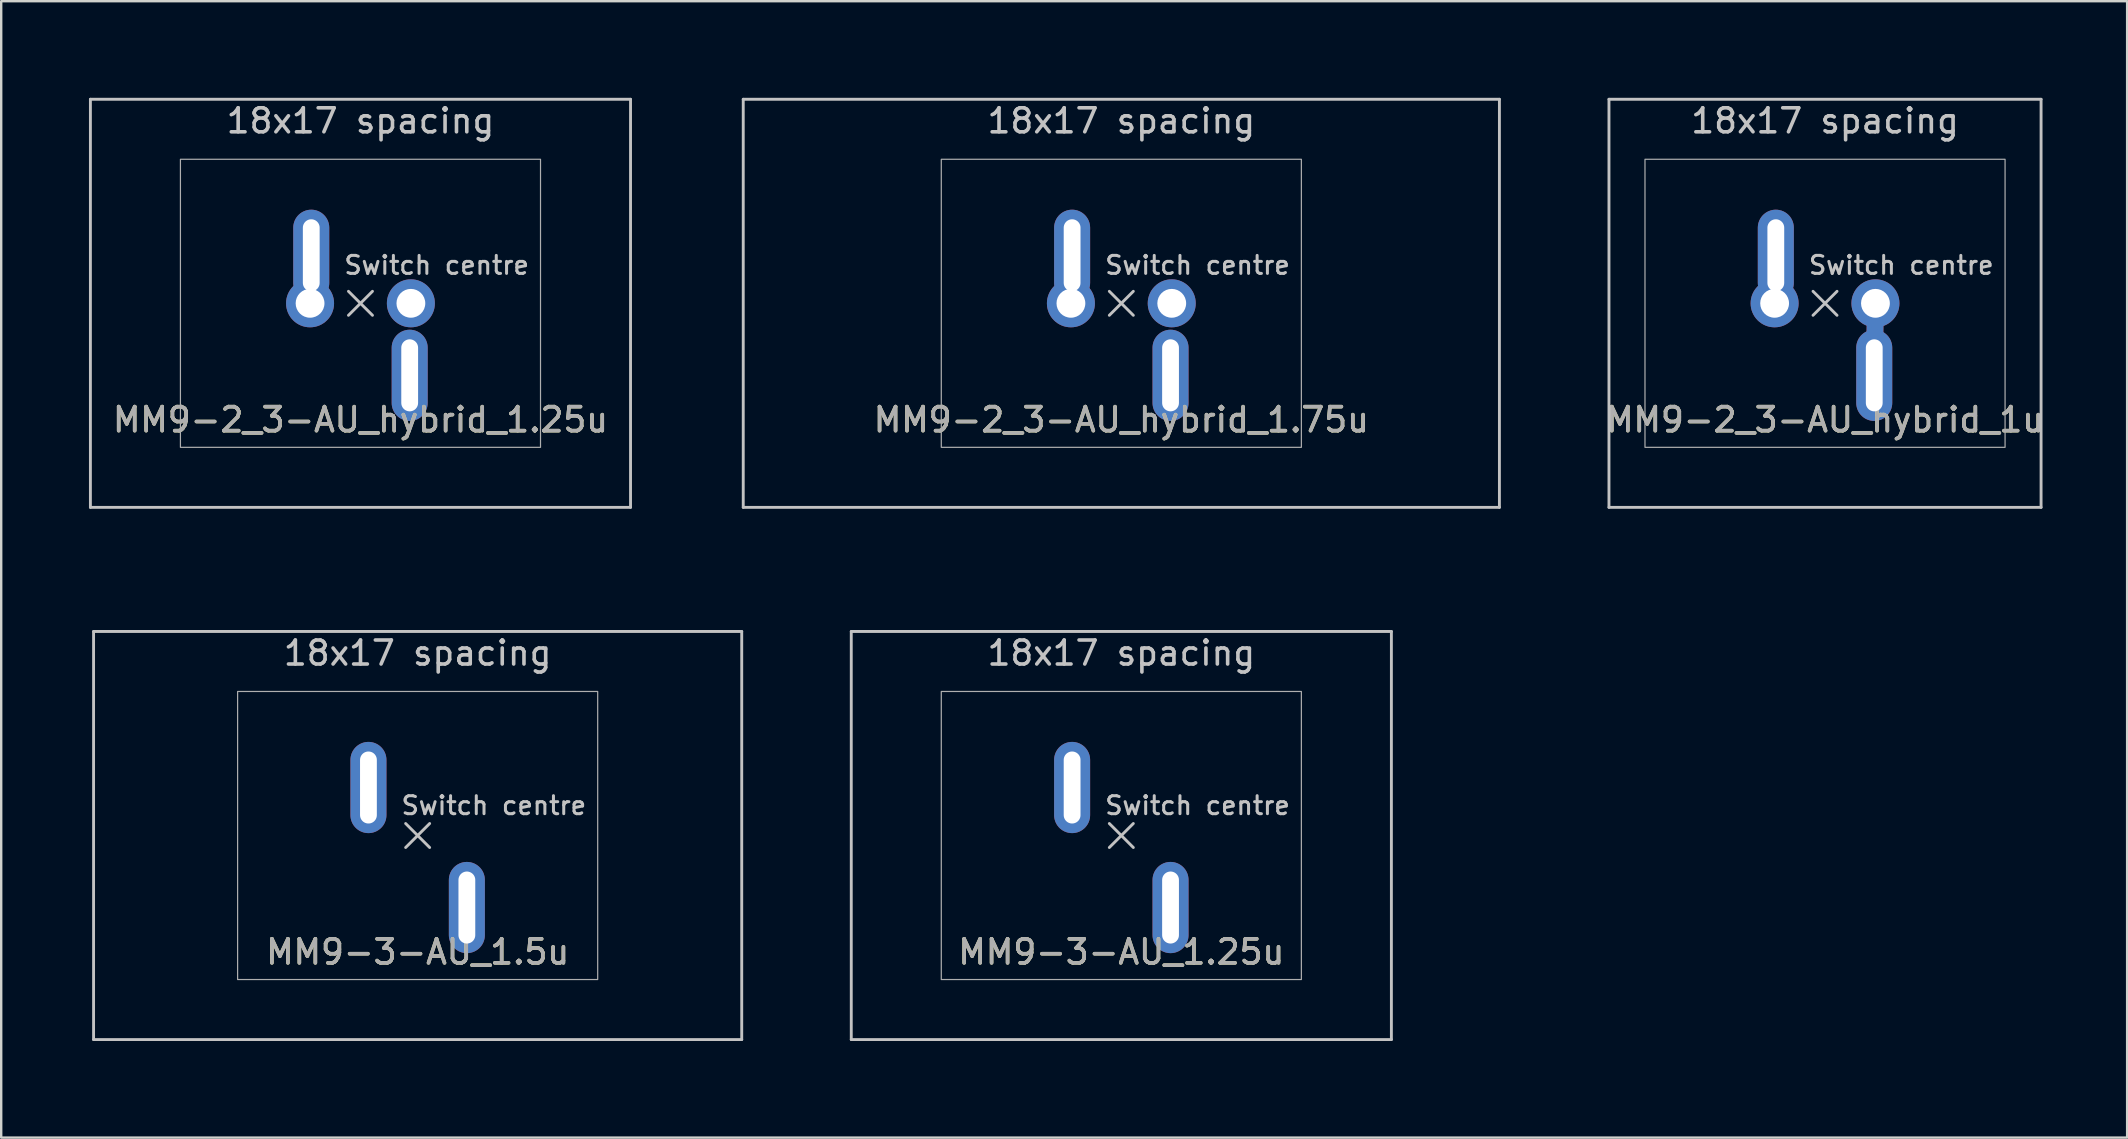
<source format=kicad_pcb>
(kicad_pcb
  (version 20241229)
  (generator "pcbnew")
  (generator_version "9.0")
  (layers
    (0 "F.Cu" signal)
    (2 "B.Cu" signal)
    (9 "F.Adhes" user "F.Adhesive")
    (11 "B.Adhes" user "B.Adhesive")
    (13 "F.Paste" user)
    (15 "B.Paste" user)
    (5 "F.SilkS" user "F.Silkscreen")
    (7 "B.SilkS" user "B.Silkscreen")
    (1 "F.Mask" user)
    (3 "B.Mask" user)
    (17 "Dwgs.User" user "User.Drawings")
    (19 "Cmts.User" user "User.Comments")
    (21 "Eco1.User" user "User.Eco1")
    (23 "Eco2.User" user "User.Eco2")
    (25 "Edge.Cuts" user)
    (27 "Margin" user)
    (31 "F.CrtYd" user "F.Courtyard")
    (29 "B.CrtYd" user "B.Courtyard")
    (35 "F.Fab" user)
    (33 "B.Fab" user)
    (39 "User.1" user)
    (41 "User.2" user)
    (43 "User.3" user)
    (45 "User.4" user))
  (footprint "MM9-3-AU_1.5u"
    (layer "F.Cu")
    (at 14.348 31.755)
    (property "Reference" "MM9-3-AU_1.5u" (at 0 4.85 0) (unlocked yes) (layer "F.SilkS") (effects (font (size 1 1) (thickness 0.15))))
    (attr through_hole)
    (fp_line (start -13.5 -8.5) (end 13.5 -8.5) (stroke (width 0.12) (type solid)) (layer "Dwgs.User"))
    (fp_line (start -13.5 8.5) (end -13.5 -8.5) (stroke (width 0.12) (type solid)) (layer "Dwgs.User"))
    (fp_line (start -0.5 -0.5) (end 0.5 0.5) (stroke (width 0.12) (type solid)) (layer "Dwgs.User"))
    (fp_line (start -0.5 0.5) (end 0.5 -0.5) (stroke (width 0.12) (type solid)) (layer "Dwgs.User"))
    (fp_line (start 13.5 -8.5) (end 13.5 8.5) (stroke (width 0.12) (type solid)) (layer "Dwgs.User"))
    (fp_line (start 13.5 8.5) (end -13.5 8.5) (stroke (width 0.12) (type solid)) (layer "Dwgs.User"))
    (fp_line (start -14.287 -9.525) (end -14.287 9.525) (stroke (width 0.12) (type solid)) (layer "Eco1.User"))
    (fp_line (start -14.287 9.525) (end 14.287 9.525) (stroke (width 0.12) (type solid)) (layer "Eco1.User"))
    (fp_line (start 14.287 -9.525) (end -14.287 -9.525) (stroke (width 0.12) (type solid)) (layer "Eco1.User"))
    (fp_line (start 14.287 9.525) (end 14.287 -9.525) (stroke (width 0.12) (type solid)) (layer "Eco1.User"))
    (fp_rect (start 7.5 6) (end -7.5 -6) (stroke (width 0.05) (type solid)) (fill no) (layer "F.Fab"))
    (fp_text user "18x17 spacing" (at 0 -7.6 0) (layer "Dwgs.User") (effects (font (size 1 1) (thickness 0.15))))
    (fp_text user "Switch centre" (at 3.175 -1.25 0) (unlocked yes) (layer "Dwgs.User") (effects (font (size 0.75 0.75) (thickness 0.125))))
    (fp_text user "19.05 spacing" (at 0 -8.7 0) (layer "Eco1.User") (effects (font (size 1 1) (thickness 0.15))))
    (fp_text user "${REFERENCE}" (at 0 4.85 0) (unlocked yes) (layer "F.Fab") (effects (font (size 1 1) (thickness 0.15))))
    (pad "1" thru_hole oval (at 2.05 3) (size 1.5 3.8) (drill oval 0.7 3) (layers "*.Cu" "*.Mask"))
    (pad "2" thru_hole oval (at -2.05 -2) (size 1.5 3.8) (drill oval 0.7 3) (layers "*.Cu" "*.Mask")))
  (footprint "MM9-2_3-AU_hybrid_1.25u"
    (layer "F.Cu")
    (at 11.966 9.585)
    (property "Reference" "MM9-2_3-AU_hybrid_1.25u" (at 0 4.85 0) (unlocked yes) (layer "F.SilkS") (effects (font (size 1 1) (thickness 0.15))))
    (attr through_hole)
    (fp_line (start -11.25 -8.5) (end 11.25 -8.5) (stroke (width 0.12) (type solid)) (layer "Dwgs.User"))
    (fp_line (start -11.25 8.5) (end -11.25 -8.5) (stroke (width 0.12) (type solid)) (layer "Dwgs.User"))
    (fp_line (start -0.5 -0.5) (end 0.5 0.5) (stroke (width 0.12) (type solid)) (layer "Dwgs.User"))
    (fp_line (start -0.5 0.5) (end 0.5 -0.5) (stroke (width 0.12) (type solid)) (layer "Dwgs.User"))
    (fp_line (start 11.25 -8.5) (end 11.25 8.5) (stroke (width 0.12) (type solid)) (layer "Dwgs.User"))
    (fp_line (start 11.25 8.5) (end -11.25 8.5) (stroke (width 0.12) (type solid)) (layer "Dwgs.User"))
    (fp_line (start -11.906 -9.525) (end -11.906 9.525) (stroke (width 0.12) (type solid)) (layer "Eco1.User"))
    (fp_line (start -11.906 9.525) (end 11.906 9.525) (stroke (width 0.12) (type solid)) (layer "Eco1.User"))
    (fp_line (start 11.906 -9.525) (end -11.906 -9.525) (stroke (width 0.12) (type solid)) (layer "Eco1.User"))
    (fp_line (start 11.906 9.525) (end 11.906 -9.525) (stroke (width 0.12) (type solid)) (layer "Eco1.User"))
    (fp_rect (start 7.5 6) (end -7.5 -6) (stroke (width 0.05) (type solid)) (fill no) (layer "F.Fab"))
    (fp_text user "Switch centre" (at 3.175 -1.587 0) (unlocked yes) (layer "Dwgs.User") (effects (font (size 0.75 0.75) (thickness 0.125))))
    (fp_text user "18x17 spacing" (at 0 -7.6 0) (layer "Dwgs.User") (effects (font (size 1 1) (thickness 0.15))))
    (fp_text user "19.05 spacing" (at 0 -8.7 0) (layer "Eco1.User") (effects (font (size 1 1) (thickness 0.15))))
    (fp_text user "${REFERENCE}" (at 0 4.85 0) (unlocked yes) (layer "F.Fab") (effects (font (size 1 1) (thickness 0.15))))
    (pad "1" thru_hole oval (at 2.05 3) (size 1.5 3.8) (drill oval 0.7 3) (layers "*.Cu" "*.Mask"))
    (pad "1" thru_hole circle (at 2.1 0 90) (size 2 2) (drill 1.2) (layers "*.Cu" "*.Mask"))
    (pad "2" thru_hole circle (at -2.1 0) (size 2 2) (drill 1.2) (layers "*.Cu" "*.Mask"))
    (pad "2" thru_hole oval (at -2.05 -2) (size 1.5 3.8) (drill oval 0.7 3) (layers "*.Cu" "*.Mask")))
  (footprint "MM9-2_3-AU_hybrid_1.75u"
    (layer "F.Cu")
    (at 43.661 9.585)
    (property "Reference" "MM9-2_3-AU_hybrid_1.75u" (at 0 4.85 0) (unlocked yes) (layer "F.SilkS") (effects (font (size 1 1) (thickness 0.15))))
    (attr through_hole)
    (fp_line (start -15.75 -8.5) (end 15.75 -8.5) (stroke (width 0.12) (type solid)) (layer "Dwgs.User"))
    (fp_line (start -15.75 8.5) (end -15.75 -8.5) (stroke (width 0.12) (type solid)) (layer "Dwgs.User"))
    (fp_line (start -0.5 -0.5) (end 0.5 0.5) (stroke (width 0.12) (type solid)) (layer "Dwgs.User"))
    (fp_line (start -0.5 0.5) (end 0.5 -0.5) (stroke (width 0.12) (type solid)) (layer "Dwgs.User"))
    (fp_line (start 15.75 -8.5) (end 15.75 8.5) (stroke (width 0.12) (type solid)) (layer "Dwgs.User"))
    (fp_line (start 15.75 8.5) (end -15.75 8.5) (stroke (width 0.12) (type solid)) (layer "Dwgs.User"))
    (fp_line (start -16.669 -9.525) (end -16.669 9.525) (stroke (width 0.12) (type solid)) (layer "Eco1.User"))
    (fp_line (start -16.669 9.525) (end 16.669 9.525) (stroke (width 0.12) (type solid)) (layer "Eco1.User"))
    (fp_line (start 16.669 -9.525) (end -16.669 -9.525) (stroke (width 0.12) (type solid)) (layer "Eco1.User"))
    (fp_line (start 16.669 9.525) (end 16.669 -9.525) (stroke (width 0.12) (type solid)) (layer "Eco1.User"))
    (fp_rect (start 7.5 6) (end -7.5 -6) (stroke (width 0.05) (type solid)) (fill no) (layer "F.Fab"))
    (fp_text user "Switch centre" (at 3.175 -1.587 0) (unlocked yes) (layer "Dwgs.User") (effects (font (size 0.75 0.75) (thickness 0.125))))
    (fp_text user "18x17 spacing" (at 0 -7.6 0) (layer "Dwgs.User") (effects (font (size 1 1) (thickness 0.15))))
    (fp_text user "19.05 spacing" (at 0 -8.7 0) (layer "Eco1.User") (effects (font (size 1 1) (thickness 0.15))))
    (fp_text user "${REFERENCE}" (at 0 4.85 0) (unlocked yes) (layer "F.Fab") (effects (font (size 1 1) (thickness 0.15))))
    (pad "1" thru_hole oval (at 2.05 3) (size 1.5 3.8) (drill oval 0.7 3) (layers "*.Cu" "*.Mask"))
    (pad "1" thru_hole circle (at 2.1 0 90) (size 2 2) (drill 1.2) (layers "*.Cu" "*.Mask"))
    (pad "2" thru_hole circle (at -2.1 0) (size 2 2) (drill 1.2) (layers "*.Cu" "*.Mask"))
    (pad "2" thru_hole oval (at -2.05 -2) (size 1.5 3.8) (drill oval 0.7 3) (layers "*.Cu" "*.Mask")))
  (footprint "MM9-2_3-AU_hybrid_1u"
    (layer "F.Cu")
    (at 72.975 9.585)
    (property "Reference" "MM9-2_3-AU_hybrid_1u" (at 0 4.85 0) (unlocked yes) (layer "F.SilkS") (effects (font (size 1 1) (thickness 0.15))))
    (attr through_hole)
    (fp_line (start 2.1 0) (end 2.05 3) (stroke (width 0.7) (type solid)) (layer "F.Cu"))
    (fp_line (start 2.1 0) (end 2.05 3) (stroke (width 0.7) (type solid)) (layer "B.Cu"))
    (fp_line (start -9 -8.5) (end 9 -8.5) (stroke (width 0.12) (type solid)) (layer "Dwgs.User"))
    (fp_line (start -9 8.5) (end -9 -8.5) (stroke (width 0.12) (type solid)) (layer "Dwgs.User"))
    (fp_line (start -9 8.5) (end 9 8.5) (stroke (width 0.12) (type solid)) (layer "Dwgs.User"))
    (fp_line (start -0.5 -0.5) (end 0.5 0.5) (stroke (width 0.12) (type solid)) (layer "Dwgs.User"))
    (fp_line (start -0.5 0.5) (end 0.5 -0.5) (stroke (width 0.12) (type solid)) (layer "Dwgs.User"))
    (fp_line (start 9 -8.5) (end 9 8.5) (stroke (width 0.12) (type solid)) (layer "Dwgs.User"))
    (fp_line (start -9.525 -9.525) (end -9.525 9.525) (stroke (width 0.12) (type solid)) (layer "Eco1.User"))
    (fp_line (start 9.525 -9.525) (end -9.525 -9.525) (stroke (width 0.12) (type solid)) (layer "Eco1.User"))
    (fp_line (start 9.525 9.525) (end -9.525 9.525) (stroke (width 0.12) (type solid)) (layer "Eco1.User"))
    (fp_line (start 9.525 9.525) (end 9.525 -9.525) (stroke (width 0.12) (type solid)) (layer "Eco1.User"))
    (fp_rect (start 7.5 6) (end -7.5 -6) (stroke (width 0.05) (type solid)) (fill no) (layer "F.Fab"))
    (fp_text user "Switch centre" (at 3.175 -1.587 0) (unlocked yes) (layer "Dwgs.User") (effects (font (size 0.75 0.75) (thickness 0.125))))
    (fp_text user "18x17 spacing" (at 0 -7.6 180) (layer "Dwgs.User") (effects (font (size 1 1) (thickness 0.15))))
    (fp_text user "19.05 spacing" (at 0 -8.7 180) (layer "Eco1.User") (effects (font (size 1 1) (thickness 0.15))))
    (fp_text user "${REFERENCE}" (at 0 4.85 0) (unlocked yes) (layer "F.Fab") (effects (font (size 1 1) (thickness 0.15))))
    (pad "1" thru_hole oval (at 2.05 3) (size 1.5 3.8) (drill oval 0.7 3) (layers "*.Cu" "*.Mask"))
    (pad "1" thru_hole circle (at 2.1 0 90) (size 2 2) (drill 1.2) (layers "*.Cu" "*.Mask"))
    (pad "2" thru_hole circle (at -2.1 0) (size 2 2) (drill 1.2) (layers "*.Cu" "*.Mask"))
    (pad "2" thru_hole oval (at -2.05 -2) (size 1.5 3.8) (drill oval 0.7 3) (layers "*.Cu" "*.Mask")))
  (footprint "MM9-3-AU_1.25u"
    (layer "F.Cu")
    (at 43.661 31.755)
    (property "Reference" "MM9-3-AU_1.25u" (at 0 4.85 0) (unlocked yes) (layer "F.SilkS") (effects (font (size 1 1) (thickness 0.15))))
    (attr through_hole)
    (fp_line (start -11.25 -8.5) (end 11.25 -8.5) (stroke (width 0.12) (type solid)) (layer "Dwgs.User"))
    (fp_line (start -11.25 8.5) (end -11.25 -8.5) (stroke (width 0.12) (type solid)) (layer "Dwgs.User"))
    (fp_line (start -0.5 -0.5) (end 0.5 0.5) (stroke (width 0.12) (type solid)) (layer "Dwgs.User"))
    (fp_line (start -0.5 0.5) (end 0.5 -0.5) (stroke (width 0.12) (type solid)) (layer "Dwgs.User"))
    (fp_line (start 11.25 -8.5) (end 11.25 8.5) (stroke (width 0.12) (type solid)) (layer "Dwgs.User"))
    (fp_line (start 11.25 8.5) (end -11.25 8.5) (stroke (width 0.12) (type solid)) (layer "Dwgs.User"))
    (fp_line (start -11.906 -9.525) (end -11.906 9.525) (stroke (width 0.12) (type solid)) (layer "Eco1.User"))
    (fp_line (start -11.906 9.525) (end 11.906 9.525) (stroke (width 0.12) (type solid)) (layer "Eco1.User"))
    (fp_line (start 11.906 -9.525) (end -11.906 -9.525) (stroke (width 0.12) (type solid)) (layer "Eco1.User"))
    (fp_line (start 11.906 9.525) (end 11.906 -9.525) (stroke (width 0.12) (type solid)) (layer "Eco1.User"))
    (fp_rect (start 7.5 6) (end -7.5 -6) (stroke (width 0.05) (type solid)) (fill no) (layer "F.Fab"))
    (fp_text user "Switch centre" (at 3.175 -1.25 0) (unlocked yes) (layer "Dwgs.User") (effects (font (size 0.75 0.75) (thickness 0.125))))
    (fp_text user "18x17 spacing" (at 0 -7.6 0) (layer "Dwgs.User") (effects (font (size 1 1) (thickness 0.15))))
    (fp_text user "19.05 spacing" (at 0 -8.7 0) (layer "Eco1.User") (effects (font (size 1 1) (thickness 0.15))))
    (fp_text user "${REFERENCE}" (at 0 4.85 0) (unlocked yes) (layer "F.Fab") (effects (font (size 1 1) (thickness 0.15))))
    (pad "1" thru_hole oval (at 2.05 3) (size 1.5 3.8) (drill oval 0.7 3) (layers "*.Cu" "*.Mask"))
    (pad "2" thru_hole oval (at -2.05 -2) (size 1.5 3.8) (drill oval 0.7 3) (layers "*.Cu" "*.Mask")))
  (gr_rect
    (start -3 -3)
    (end 85.56 44.34)
    (stroke (width 0.1) (type default))
    (fill no)
    (layer "Edge.Cuts")))
</source>
